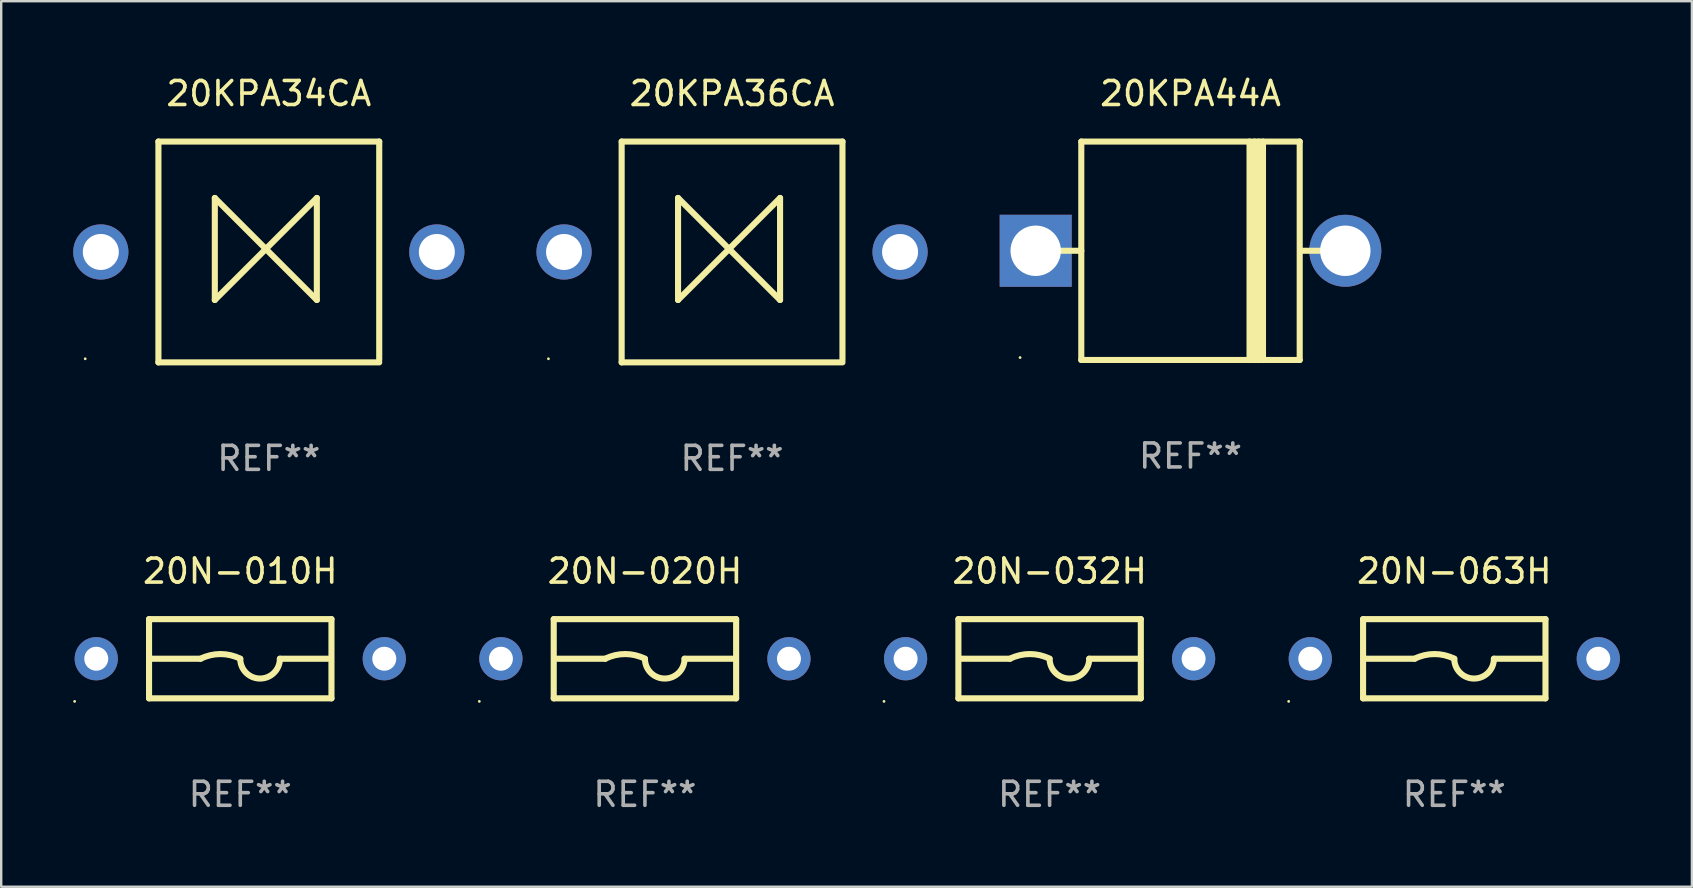
<source format=kicad_pcb>
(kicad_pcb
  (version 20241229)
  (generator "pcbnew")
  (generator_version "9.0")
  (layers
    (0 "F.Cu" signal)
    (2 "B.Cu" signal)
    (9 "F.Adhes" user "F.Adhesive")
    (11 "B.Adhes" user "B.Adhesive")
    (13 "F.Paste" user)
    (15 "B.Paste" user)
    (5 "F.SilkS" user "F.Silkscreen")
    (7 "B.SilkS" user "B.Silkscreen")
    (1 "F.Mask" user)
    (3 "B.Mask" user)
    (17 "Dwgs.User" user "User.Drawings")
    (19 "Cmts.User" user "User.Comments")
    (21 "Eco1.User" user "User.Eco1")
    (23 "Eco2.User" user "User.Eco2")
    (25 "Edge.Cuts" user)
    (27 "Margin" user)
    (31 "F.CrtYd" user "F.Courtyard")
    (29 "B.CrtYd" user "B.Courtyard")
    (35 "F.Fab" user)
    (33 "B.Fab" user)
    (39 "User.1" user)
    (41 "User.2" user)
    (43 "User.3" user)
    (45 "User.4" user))
  (footprint "20N-063H"
    (layer "F.Cu")
    (at 57.54 24.395)
    (property "Reference" "20N-063H" (at 0 -3.65 0) (layer "F.SilkS") (effects (font (size 1 1) (thickness 0.15))))
    (attr through_hole)
    (fp_line (start -3.8 -1.65) (end 3.8 -1.65) (stroke (width 0.254) (type solid)) (layer "F.SilkS"))
    (fp_line (start -3.8 1.65) (end -3.8 -1.65) (stroke (width 0.254) (type solid)) (layer "F.SilkS"))
    (fp_line (start -3.8 1.65) (end 3.8 1.65) (stroke (width 0.254) (type solid)) (layer "F.SilkS"))
    (fp_line (start -3.683 0) (end -1.651 0) (stroke (width 0.254) (type solid)) (layer "F.SilkS"))
    (fp_line (start 3.683 0) (end 1.651 0) (stroke (width 0.254) (type solid)) (layer "F.SilkS"))
    (fp_line (start 3.8 -1.65) (end 3.8 1.65) (stroke (width 0.254) (type solid)) (layer "F.SilkS"))
    (fp_arc (start -1.651003 0) (mid -0.825502 -0.194874) (end 0 0) (stroke (width 0.254001) (type solid)) (layer "F.SilkS"))
    (fp_arc (start 1.651003 0) (mid 0.825502 0.825501) (end 0.000001 0) (stroke (width 0.254001) (type solid)) (layer "F.SilkS"))
    (fp_circle (center -6.9 1.777) (end -6.87 1.777) (stroke (width 0.06) (type solid)) (fill no) (layer "F.SilkS"))
    (fp_text user "REF**" (at 0 5.65 0) (layer "F.Fab") (effects (font (size 1 1) (thickness 0.15))))
    (pad "1" thru_hole circle (at -6 0) (size 1.8 1.8) (drill 1) (layers "*.Cu" "*.Mask"))
    (pad "2" thru_hole circle (at 6 0) (size 1.8 1.8) (drill 1) (layers "*.Cu" "*.Mask")))
  (footprint "20N-032H"
    (layer "F.Cu")
    (at 40.68 24.395)
    (property "Reference" "20N-032H" (at 0 -3.65 0) (layer "F.SilkS") (effects (font (size 1 1) (thickness 0.15))))
    (attr through_hole)
    (fp_line (start -3.8 -1.65) (end 3.8 -1.65) (stroke (width 0.254) (type solid)) (layer "F.SilkS"))
    (fp_line (start -3.8 1.65) (end -3.8 -1.65) (stroke (width 0.254) (type solid)) (layer "F.SilkS"))
    (fp_line (start -3.8 1.65) (end 3.8 1.65) (stroke (width 0.254) (type solid)) (layer "F.SilkS"))
    (fp_line (start -3.683 0) (end -1.651 0) (stroke (width 0.254) (type solid)) (layer "F.SilkS"))
    (fp_line (start 3.683 0) (end 1.651 0) (stroke (width 0.254) (type solid)) (layer "F.SilkS"))
    (fp_line (start 3.8 -1.65) (end 3.8 1.65) (stroke (width 0.254) (type solid)) (layer "F.SilkS"))
    (fp_arc (start -1.651003 0) (mid -0.825502 -0.194874) (end 0 0) (stroke (width 0.254001) (type solid)) (layer "F.SilkS"))
    (fp_arc (start 1.651003 0) (mid 0.825502 0.825501) (end 0.000001 0) (stroke (width 0.254001) (type solid)) (layer "F.SilkS"))
    (fp_circle (center -6.9 1.777) (end -6.87 1.777) (stroke (width 0.06) (type solid)) (fill no) (layer "F.SilkS"))
    (fp_text user "REF**" (at 0 5.65 0) (layer "F.Fab") (effects (font (size 1 1) (thickness 0.15))))
    (pad "1" thru_hole circle (at -6 0) (size 1.8 1.8) (drill 1) (layers "*.Cu" "*.Mask"))
    (pad "2" thru_hole circle (at 6 0) (size 1.8 1.8) (drill 1) (layers "*.Cu" "*.Mask")))
  (footprint "20N-020H"
    (layer "F.Cu")
    (at 23.82 24.395)
    (property "Reference" "20N-020H" (at 0 -3.65 0) (layer "F.SilkS") (effects (font (size 1 1) (thickness 0.15))))
    (attr through_hole)
    (fp_line (start -3.8 -1.65) (end 3.8 -1.65) (stroke (width 0.254) (type solid)) (layer "F.SilkS"))
    (fp_line (start -3.8 1.65) (end -3.8 -1.65) (stroke (width 0.254) (type solid)) (layer "F.SilkS"))
    (fp_line (start -3.8 1.65) (end 3.8 1.65) (stroke (width 0.254) (type solid)) (layer "F.SilkS"))
    (fp_line (start -3.683 0) (end -1.651 0) (stroke (width 0.254) (type solid)) (layer "F.SilkS"))
    (fp_line (start 3.683 0) (end 1.651 0) (stroke (width 0.254) (type solid)) (layer "F.SilkS"))
    (fp_line (start 3.8 -1.65) (end 3.8 1.65) (stroke (width 0.254) (type solid)) (layer "F.SilkS"))
    (fp_arc (start -1.651003 0) (mid -0.825502 -0.194874) (end 0 0) (stroke (width 0.254001) (type solid)) (layer "F.SilkS"))
    (fp_arc (start 1.651003 0) (mid 0.825502 0.825501) (end 0.000001 0) (stroke (width 0.254001) (type solid)) (layer "F.SilkS"))
    (fp_circle (center -6.9 1.777) (end -6.87 1.777) (stroke (width 0.06) (type solid)) (fill no) (layer "F.SilkS"))
    (fp_text user "REF**" (at 0 5.65 0) (layer "F.Fab") (effects (font (size 1 1) (thickness 0.15))))
    (pad "1" thru_hole circle (at -6 0) (size 1.8 1.8) (drill 1) (layers "*.Cu" "*.Mask"))
    (pad "2" thru_hole circle (at 6 0) (size 1.8 1.8) (drill 1) (layers "*.Cu" "*.Mask")))
  (footprint "20KPA44A"
    (layer "F.Cu")
    (at 46.55 7.399)
    (property "Reference" "20KPA44A" (at 0 -6.551 0) (layer "F.SilkS") (effects (font (size 1 1) (thickness 0.15))))
    (attr through_hole)
    (fp_line (start -5.6 -0.001) (end -4.55 -0.001) (stroke (width 0.254) (type solid)) (layer "F.SilkS"))
    (fp_line (start -4.55 -4.551) (end -4.55 4.55) (stroke (width 0.254) (type solid)) (layer "F.SilkS"))
    (fp_line (start -4.55 -4.551) (end 4.55 -4.551) (stroke (width 0.254) (type solid)) (layer "F.SilkS"))
    (fp_line (start 2.46 4.55) (end 2.46 -4.551) (stroke (width 0.254) (type solid)) (layer "F.SilkS"))
    (fp_line (start 2.67 4.55) (end 2.67 -4.551) (stroke (width 0.254) (type solid)) (layer "F.SilkS"))
    (fp_line (start 2.841 4.551) (end 2.841 -4.55) (stroke (width 0.254) (type solid)) (layer "F.SilkS"))
    (fp_line (start 3.02 4.55) (end 3.02 -4.551) (stroke (width 0.254) (type solid)) (layer "F.SilkS"))
    (fp_line (start 4.55 4.55) (end 4.55 -4.551) (stroke (width 0.254) (type solid)) (layer "F.SilkS"))
    (fp_line (start 4.55 4.549) (end -4.55 4.549) (stroke (width 0.254) (type solid)) (layer "F.SilkS"))
    (fp_line (start 4.58 -0.001) (end 5.6 -0.001) (stroke (width 0.254) (type solid)) (layer "F.SilkS"))
    (fp_circle (center -7.1 4.449) (end -7.07 4.449) (stroke (width 0.06) (type solid)) (fill no) (layer "F.SilkS"))
    (fp_text user "REF**" (at 0 8.551 0) (layer "F.Fab") (effects (font (size 1 1) (thickness 0.15))))
    (pad "1" thru_hole rect (at -6.45 -0.001 180) (size 3 3) (drill 2.1) (layers "*.Cu" "*.Mask"))
    (pad "2" thru_hole circle (at 6.45 -0.001) (size 3 3) (drill 2.1) (layers "*.Cu" "*.Mask")))
  (footprint "20N-010H"
    (layer "F.Cu")
    (at 6.96 24.395)
    (property "Reference" "20N-010H" (at 0 -3.65 0) (layer "F.SilkS") (effects (font (size 1 1) (thickness 0.15))))
    (attr through_hole)
    (fp_line (start -3.8 -1.65) (end 3.8 -1.65) (stroke (width 0.254) (type solid)) (layer "F.SilkS"))
    (fp_line (start -3.8 1.65) (end -3.8 -1.65) (stroke (width 0.254) (type solid)) (layer "F.SilkS"))
    (fp_line (start -3.8 1.65) (end 3.8 1.65) (stroke (width 0.254) (type solid)) (layer "F.SilkS"))
    (fp_line (start -3.683 0) (end -1.651 0) (stroke (width 0.254) (type solid)) (layer "F.SilkS"))
    (fp_line (start 3.683 0) (end 1.651 0) (stroke (width 0.254) (type solid)) (layer "F.SilkS"))
    (fp_line (start 3.8 -1.65) (end 3.8 1.65) (stroke (width 0.254) (type solid)) (layer "F.SilkS"))
    (fp_arc (start -1.651003 0) (mid -0.825502 -0.194874) (end 0 0) (stroke (width 0.254001) (type solid)) (layer "F.SilkS"))
    (fp_arc (start 1.651003 0) (mid 0.825502 0.825501) (end 0.000001 0) (stroke (width 0.254001) (type solid)) (layer "F.SilkS"))
    (fp_circle (center -6.9 1.777) (end -6.87 1.777) (stroke (width 0.06) (type solid)) (fill no) (layer "F.SilkS"))
    (fp_text user "REF**" (at 0 5.65 0) (layer "F.Fab") (effects (font (size 1 1) (thickness 0.15))))
    (pad "1" thru_hole circle (at -6 0) (size 1.8 1.8) (drill 1) (layers "*.Cu" "*.Mask"))
    (pad "2" thru_hole circle (at 6 0) (size 1.8 1.8) (drill 1) (layers "*.Cu" "*.Mask")))
  (footprint "20KPA34CA"
    (layer "F.Cu")
    (at 8.15 7.448)
    (property "Reference" "20KPA34CA" (at 0 -6.6 0) (layer "F.SilkS") (effects (font (size 1 1) (thickness 0.15))))
    (attr through_hole)
    (fp_line (start -4.6 -4.6) (end -4.6 4.6) (stroke (width 0.254) (type solid)) (layer "F.SilkS"))
    (fp_line (start -4.6 -4.6) (end 4.6 -4.6) (stroke (width 0.254) (type solid)) (layer "F.SilkS"))
    (fp_line (start -4.6 4.6) (end 4.6 4.6) (stroke (width 0.254) (type solid)) (layer "F.SilkS"))
    (fp_line (start -2.25 -2.25) (end -2.25 2) (stroke (width 0.254) (type solid)) (layer "F.SilkS"))
    (fp_line (start -2.25 2) (end 2 -2.25) (stroke (width 0.254) (type solid)) (layer "F.SilkS"))
    (fp_line (start 2 -2.25) (end 2 2) (stroke (width 0.254) (type solid)) (layer "F.SilkS"))
    (fp_line (start 2 2) (end -2.25 -2.25) (stroke (width 0.254) (type solid)) (layer "F.SilkS"))
    (fp_line (start 4.6 -4.6) (end 4.6 4.5) (stroke (width 0.254) (type solid)) (layer "F.SilkS"))
    (fp_circle (center -7.65 4.45) (end -7.62 4.45) (stroke (width 0.06) (type solid)) (fill no) (layer "F.SilkS"))
    (fp_text user "REF**" (at 0 8.6 0) (layer "F.Fab") (effects (font (size 1 1) (thickness 0.15))))
    (pad "1" thru_hole circle (at -7 0) (size 2.3 2.3) (drill 1.5) (layers "*.Cu" "*.Mask"))
    (pad "2" thru_hole circle (at 7 0) (size 2.3 2.3) (drill 1.5) (layers "*.Cu" "*.Mask")))
  (footprint "20KPA36CA"
    (layer "F.Cu")
    (at 27.45 7.448)
    (property "Reference" "20KPA36CA" (at 0 -6.6 0) (layer "F.SilkS") (effects (font (size 1 1) (thickness 0.15))))
    (attr through_hole)
    (fp_line (start -4.6 -4.6) (end -4.6 4.6) (stroke (width 0.254) (type solid)) (layer "F.SilkS"))
    (fp_line (start -4.6 -4.6) (end 4.6 -4.6) (stroke (width 0.254) (type solid)) (layer "F.SilkS"))
    (fp_line (start -4.6 4.6) (end 4.6 4.6) (stroke (width 0.254) (type solid)) (layer "F.SilkS"))
    (fp_line (start -2.25 -2.25) (end -2.25 2) (stroke (width 0.254) (type solid)) (layer "F.SilkS"))
    (fp_line (start -2.25 2) (end 2 -2.25) (stroke (width 0.254) (type solid)) (layer "F.SilkS"))
    (fp_line (start 2 -2.25) (end 2 2) (stroke (width 0.254) (type solid)) (layer "F.SilkS"))
    (fp_line (start 2 2) (end -2.25 -2.25) (stroke (width 0.254) (type solid)) (layer "F.SilkS"))
    (fp_line (start 4.6 -4.6) (end 4.6 4.5) (stroke (width 0.254) (type solid)) (layer "F.SilkS"))
    (fp_circle (center -7.65 4.45) (end -7.62 4.45) (stroke (width 0.06) (type solid)) (fill no) (layer "F.SilkS"))
    (fp_text user "REF**" (at 0 8.6 0) (layer "F.Fab") (effects (font (size 1 1) (thickness 0.15))))
    (pad "1" thru_hole circle (at -7 0) (size 2.3 2.3) (drill 1.5) (layers "*.Cu" "*.Mask"))
    (pad "2" thru_hole circle (at 7 0) (size 2.3 2.3) (drill 1.5) (layers "*.Cu" "*.Mask")))
  (gr_rect
    (start -3 -3)
    (end 67.44 33.893)
    (stroke (width 0.1) (type default))
    (fill no)
    (layer "Edge.Cuts")))
</source>
